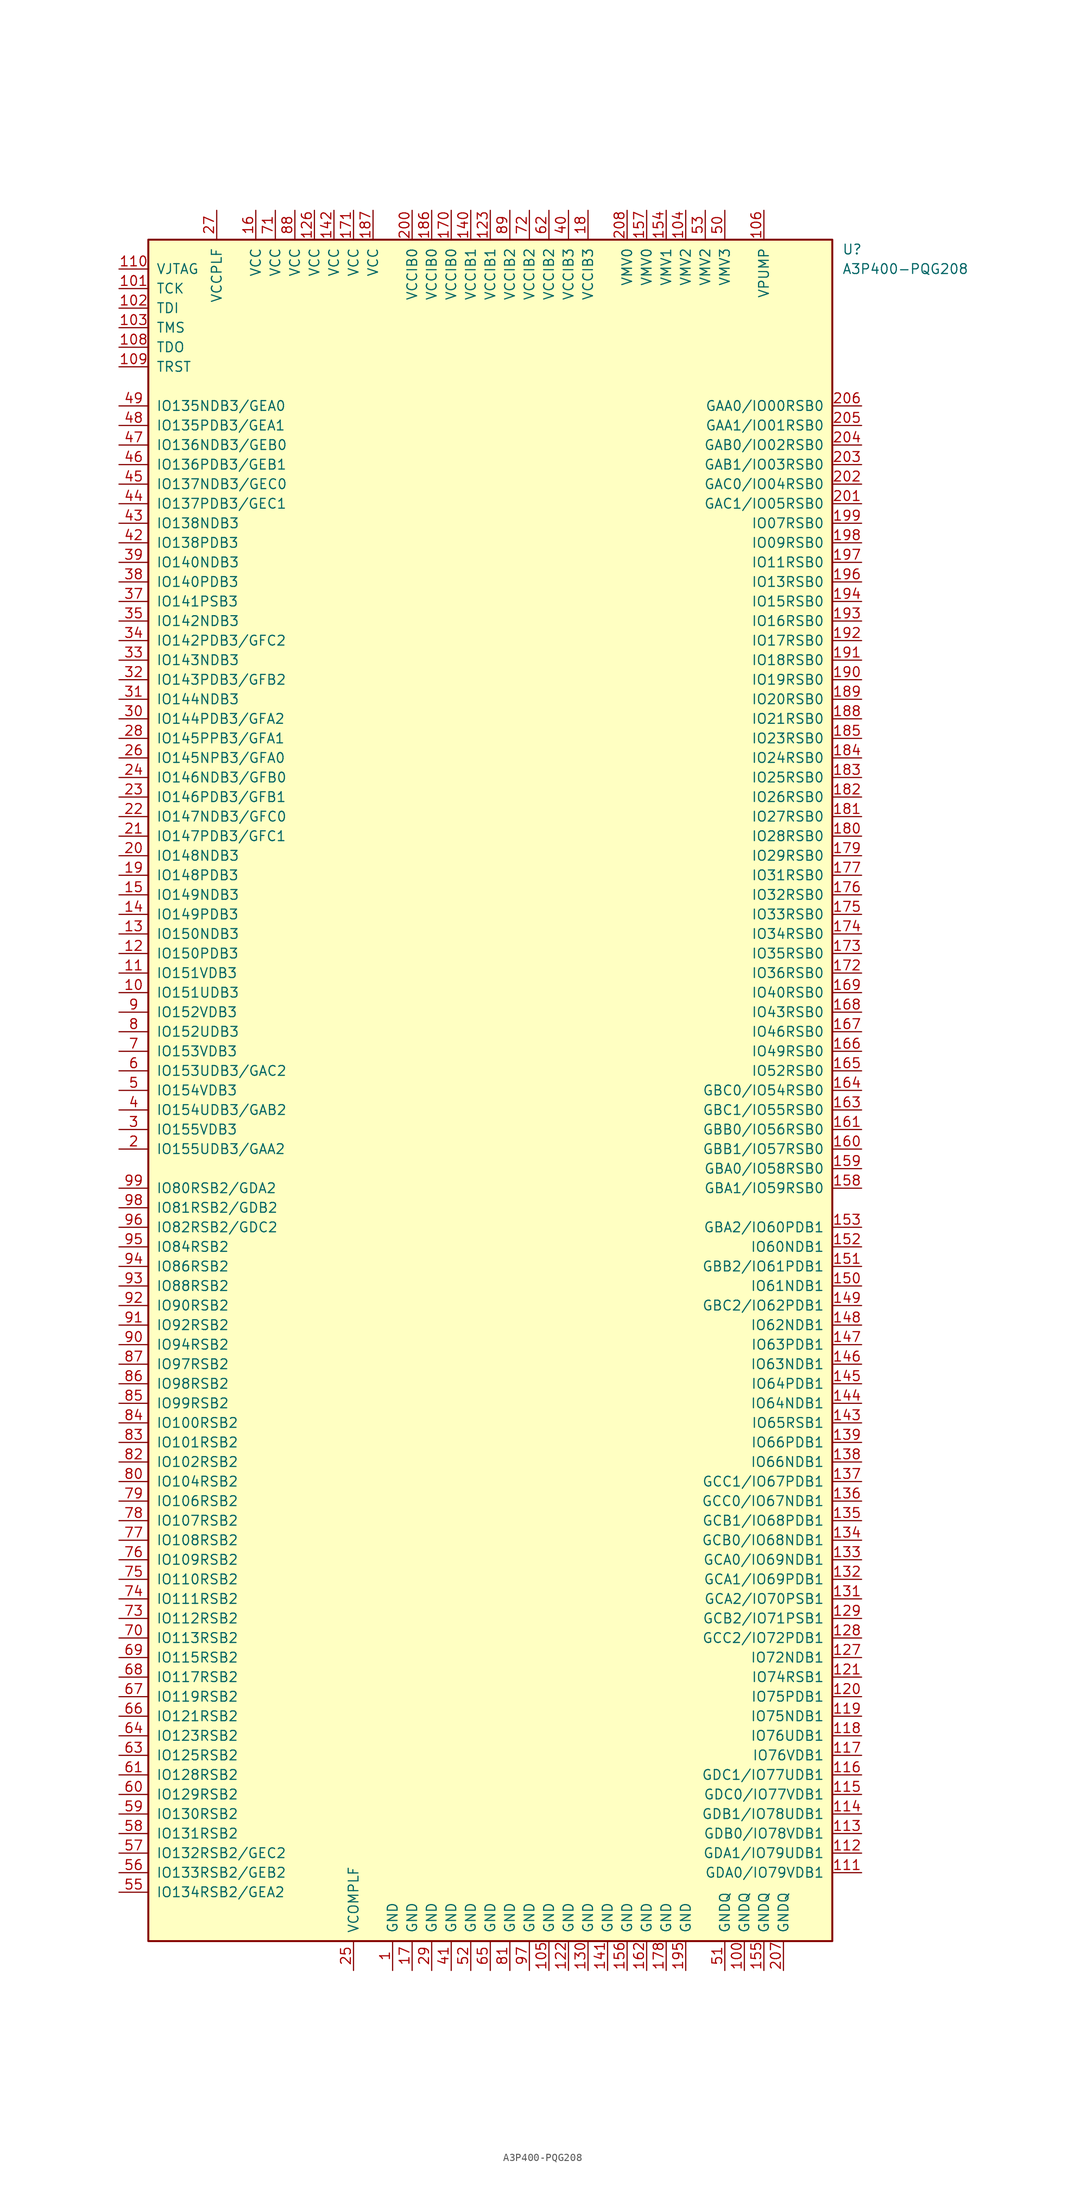
<source format=kicad_sym>
(kicad_symbol_lib
  (version 20211014)
  (generator kicad_symbol_editor)
  (symbol "A3P400-PQG208"
    (pin_names
      (offset 1.016))
    (property "Reference" "U"
      (at 45.72 109.22 0)
      (effects (font (size 1.27 1.27)) (justify left)))
    (property "Value" "A3P400-PQG208"
      (at 45.72 106.68 0)
      (effects (font (size 1.27 1.27)) (justify left)))
    (symbol "A3P400-PQG208_1_0"
      (rectangle (start -44.45 -110.49) (end 44.45 110.49) (stroke (width 0.254) (type default) (color 0 0 0 0)) (fill (type background))))
    (symbol "A3P400-PQG208_1_1"
      (pin power_in line (at -12.7 -114.3 90) (length 3.81) (name "GND" (effects (font (size 1.27 1.27)))) (number "1" (effects (font (size 1.27 1.27)))))
      (pin bidirectional line (at -48.26 12.7 0) (length 3.81) (name "IO151UDB3" (effects (font (size 1.27 1.27)))) (number "10" (effects (font (size 1.27 1.27)))))
      (pin power_in line (at 33.02 -114.3 90) (length 3.81) (name "GNDQ" (effects (font (size 1.27 1.27)))) (number "100" (effects (font (size 1.27 1.27)))))
      (pin bidirectional line (at -48.26 104.14 0) (length 3.81) (name "TCK" (effects (font (size 1.27 1.27)))) (number "101" (effects (font (size 1.27 1.27)))))
      (pin bidirectional line (at -48.26 101.6 0) (length 3.81) (name "TDI" (effects (font (size 1.27 1.27)))) (number "102" (effects (font (size 1.27 1.27)))))
      (pin bidirectional line (at -48.26 99.06 0) (length 3.81) (name "TMS" (effects (font (size 1.27 1.27)))) (number "103" (effects (font (size 1.27 1.27)))))
      (pin power_in line (at 25.4 114.3 270) (length 3.81) (name "VMV2" (effects (font (size 1.27 1.27)))) (number "104" (effects (font (size 1.27 1.27)))))
      (pin power_in line (at 7.62 -114.3 90) (length 3.81) (name "GND" (effects (font (size 1.27 1.27)))) (number "105" (effects (font (size 1.27 1.27)))))
      (pin power_in line (at 35.56 114.3 270) (length 3.81) (name "VPUMP" (effects (font (size 1.27 1.27)))) (number "106" (effects (font (size 1.27 1.27)))))
      (pin bidirectional line (at -48.26 96.52 0) (length 3.81) (name "TDO" (effects (font (size 1.27 1.27)))) (number "108" (effects (font (size 1.27 1.27)))))
      (pin bidirectional line (at -48.26 93.98 0) (length 3.81) (name "TRST" (effects (font (size 1.27 1.27)))) (number "109" (effects (font (size 1.27 1.27)))))
      (pin bidirectional line (at -48.26 15.24 0) (length 3.81) (name "IO151VDB3" (effects (font (size 1.27 1.27)))) (number "11" (effects (font (size 1.27 1.27)))))
      (pin power_in line (at -48.26 106.68 0) (length 3.81) (name "VJTAG" (effects (font (size 1.27 1.27)))) (number "110" (effects (font (size 1.27 1.27)))))
      (pin bidirectional line (at 48.26 -101.6 180) (length 3.81) (name "GDA0/IO79VDB1" (effects (font (size 1.27 1.27)))) (number "111" (effects (font (size 1.27 1.27)))))
      (pin bidirectional line (at 48.26 -99.06 180) (length 3.81) (name "GDA1/IO79UDB1" (effects (font (size 1.27 1.27)))) (number "112" (effects (font (size 1.27 1.27)))))
      (pin bidirectional line (at 48.26 -96.52 180) (length 3.81) (name "GDB0/IO78VDB1" (effects (font (size 1.27 1.27)))) (number "113" (effects (font (size 1.27 1.27)))))
      (pin bidirectional line (at 48.26 -93.98 180) (length 3.81) (name "GDB1/IO78UDB1" (effects (font (size 1.27 1.27)))) (number "114" (effects (font (size 1.27 1.27)))))
      (pin bidirectional line (at 48.26 -91.44 180) (length 3.81) (name "GDC0/IO77VDB1" (effects (font (size 1.27 1.27)))) (number "115" (effects (font (size 1.27 1.27)))))
      (pin bidirectional line (at 48.26 -88.9 180) (length 3.81) (name "GDC1/IO77UDB1" (effects (font (size 1.27 1.27)))) (number "116" (effects (font (size 1.27 1.27)))))
      (pin bidirectional line (at 48.26 -86.36 180) (length 3.81) (name "IO76VDB1" (effects (font (size 1.27 1.27)))) (number "117" (effects (font (size 1.27 1.27)))))
      (pin bidirectional line (at 48.26 -83.82 180) (length 3.81) (name "IO76UDB1" (effects (font (size 1.27 1.27)))) (number "118" (effects (font (size 1.27 1.27)))))
      (pin bidirectional line (at 48.26 -81.28 180) (length 3.81) (name "IO75NDB1" (effects (font (size 1.27 1.27)))) (number "119" (effects (font (size 1.27 1.27)))))
      (pin bidirectional line (at -48.26 17.78 0) (length 3.81) (name "IO150PDB3" (effects (font (size 1.27 1.27)))) (number "12" (effects (font (size 1.27 1.27)))))
      (pin bidirectional line (at 48.26 -78.74 180) (length 3.81) (name "IO75PDB1" (effects (font (size 1.27 1.27)))) (number "120" (effects (font (size 1.27 1.27)))))
      (pin bidirectional line (at 48.26 -76.2 180) (length 3.81) (name "IO74RSB1" (effects (font (size 1.27 1.27)))) (number "121" (effects (font (size 1.27 1.27)))))
      (pin power_in line (at 10.16 -114.3 90) (length 3.81) (name "GND" (effects (font (size 1.27 1.27)))) (number "122" (effects (font (size 1.27 1.27)))))
      (pin power_in line (at 0 114.3 270) (length 3.81) (name "VCCIB1" (effects (font (size 1.27 1.27)))) (number "123" (effects (font (size 1.27 1.27)))))
      (pin power_in line (at -22.86 114.3 270) (length 3.81) (name "VCC" (effects (font (size 1.27 1.27)))) (number "126" (effects (font (size 1.27 1.27)))))
      (pin bidirectional line (at 48.26 -73.66 180) (length 3.81) (name "IO72NDB1" (effects (font (size 1.27 1.27)))) (number "127" (effects (font (size 1.27 1.27)))))
      (pin bidirectional line (at 48.26 -71.12 180) (length 3.81) (name "GCC2/IO72PDB1" (effects (font (size 1.27 1.27)))) (number "128" (effects (font (size 1.27 1.27)))))
      (pin bidirectional line (at 48.26 -68.58 180) (length 3.81) (name "GCB2/IO71PSB1" (effects (font (size 1.27 1.27)))) (number "129" (effects (font (size 1.27 1.27)))))
      (pin bidirectional line (at -48.26 20.32 0) (length 3.81) (name "IO150NDB3" (effects (font (size 1.27 1.27)))) (number "13" (effects (font (size 1.27 1.27)))))
      (pin power_in line (at 12.7 -114.3 90) (length 3.81) (name "GND" (effects (font (size 1.27 1.27)))) (number "130" (effects (font (size 1.27 1.27)))))
      (pin bidirectional line (at 48.26 -66.04 180) (length 3.81) (name "GCA2/IO70PSB1" (effects (font (size 1.27 1.27)))) (number "131" (effects (font (size 1.27 1.27)))))
      (pin bidirectional line (at 48.26 -63.5 180) (length 3.81) (name "GCA1/IO69PDB1" (effects (font (size 1.27 1.27)))) (number "132" (effects (font (size 1.27 1.27)))))
      (pin bidirectional line (at 48.26 -60.96 180) (length 3.81) (name "GCA0/IO69NDB1" (effects (font (size 1.27 1.27)))) (number "133" (effects (font (size 1.27 1.27)))))
      (pin bidirectional line (at 48.26 -58.42 180) (length 3.81) (name "GCB0/IO68NDB1" (effects (font (size 1.27 1.27)))) (number "134" (effects (font (size 1.27 1.27)))))
      (pin bidirectional line (at 48.26 -55.88 180) (length 3.81) (name "GCB1/IO68PDB1" (effects (font (size 1.27 1.27)))) (number "135" (effects (font (size 1.27 1.27)))))
      (pin bidirectional line (at 48.26 -53.34 180) (length 3.81) (name "GCC0/IO67NDB1" (effects (font (size 1.27 1.27)))) (number "136" (effects (font (size 1.27 1.27)))))
      (pin bidirectional line (at 48.26 -50.8 180) (length 3.81) (name "GCC1/IO67PDB1" (effects (font (size 1.27 1.27)))) (number "137" (effects (font (size 1.27 1.27)))))
      (pin bidirectional line (at 48.26 -48.26 180) (length 3.81) (name "IO66NDB1" (effects (font (size 1.27 1.27)))) (number "138" (effects (font (size 1.27 1.27)))))
      (pin bidirectional line (at 48.26 -45.72 180) (length 3.81) (name "IO66PDB1" (effects (font (size 1.27 1.27)))) (number "139" (effects (font (size 1.27 1.27)))))
      (pin bidirectional line (at -48.26 22.86 0) (length 3.81) (name "IO149PDB3" (effects (font (size 1.27 1.27)))) (number "14" (effects (font (size 1.27 1.27)))))
      (pin power_in line (at -2.54 114.3 270) (length 3.81) (name "VCCIB1" (effects (font (size 1.27 1.27)))) (number "140" (effects (font (size 1.27 1.27)))))
      (pin power_in line (at 15.24 -114.3 90) (length 3.81) (name "GND" (effects (font (size 1.27 1.27)))) (number "141" (effects (font (size 1.27 1.27)))))
      (pin power_in line (at -20.32 114.3 270) (length 3.81) (name "VCC" (effects (font (size 1.27 1.27)))) (number "142" (effects (font (size 1.27 1.27)))))
      (pin bidirectional line (at 48.26 -43.18 180) (length 3.81) (name "IO65RSB1" (effects (font (size 1.27 1.27)))) (number "143" (effects (font (size 1.27 1.27)))))
      (pin bidirectional line (at 48.26 -40.64 180) (length 3.81) (name "IO64NDB1" (effects (font (size 1.27 1.27)))) (number "144" (effects (font (size 1.27 1.27)))))
      (pin bidirectional line (at 48.26 -38.1 180) (length 3.81) (name "IO64PDB1" (effects (font (size 1.27 1.27)))) (number "145" (effects (font (size 1.27 1.27)))))
      (pin bidirectional line (at 48.26 -35.56 180) (length 3.81) (name "IO63NDB1" (effects (font (size 1.27 1.27)))) (number "146" (effects (font (size 1.27 1.27)))))
      (pin bidirectional line (at 48.26 -33.02 180) (length 3.81) (name "IO63PDB1" (effects (font (size 1.27 1.27)))) (number "147" (effects (font (size 1.27 1.27)))))
      (pin bidirectional line (at 48.26 -30.48 180) (length 3.81) (name "IO62NDB1" (effects (font (size 1.27 1.27)))) (number "148" (effects (font (size 1.27 1.27)))))
      (pin bidirectional line (at 48.26 -27.94 180) (length 3.81) (name "GBC2/IO62PDB1" (effects (font (size 1.27 1.27)))) (number "149" (effects (font (size 1.27 1.27)))))
      (pin bidirectional line (at -48.26 25.4 0) (length 3.81) (name "IO149NDB3" (effects (font (size 1.27 1.27)))) (number "15" (effects (font (size 1.27 1.27)))))
      (pin bidirectional line (at 48.26 -25.4 180) (length 3.81) (name "IO61NDB1" (effects (font (size 1.27 1.27)))) (number "150" (effects (font (size 1.27 1.27)))))
      (pin bidirectional line (at 48.26 -22.86 180) (length 3.81) (name "GBB2/IO61PDB1" (effects (font (size 1.27 1.27)))) (number "151" (effects (font (size 1.27 1.27)))))
      (pin bidirectional line (at 48.26 -20.32 180) (length 3.81) (name "IO60NDB1" (effects (font (size 1.27 1.27)))) (number "152" (effects (font (size 1.27 1.27)))))
      (pin bidirectional line (at 48.26 -17.78 180) (length 3.81) (name "GBA2/IO60PDB1" (effects (font (size 1.27 1.27)))) (number "153" (effects (font (size 1.27 1.27)))))
      (pin power_in line (at 22.86 114.3 270) (length 3.81) (name "VMV1" (effects (font (size 1.27 1.27)))) (number "154" (effects (font (size 1.27 1.27)))))
      (pin power_in line (at 35.56 -114.3 90) (length 3.81) (name "GNDQ" (effects (font (size 1.27 1.27)))) (number "155" (effects (font (size 1.27 1.27)))))
      (pin power_in line (at 17.78 -114.3 90) (length 3.81) (name "GND" (effects (font (size 1.27 1.27)))) (number "156" (effects (font (size 1.27 1.27)))))
      (pin power_in line (at 20.32 114.3 270) (length 3.81) (name "VMV0" (effects (font (size 1.27 1.27)))) (number "157" (effects (font (size 1.27 1.27)))))
      (pin bidirectional line (at 48.26 -12.7 180) (length 3.81) (name "GBA1/IO59RSB0" (effects (font (size 1.27 1.27)))) (number "158" (effects (font (size 1.27 1.27)))))
      (pin bidirectional line (at 48.26 -10.16 180) (length 3.81) (name "GBA0/IO58RSB0" (effects (font (size 1.27 1.27)))) (number "159" (effects (font (size 1.27 1.27)))))
      (pin power_in line (at -30.48 114.3 270) (length 3.81) (name "VCC" (effects (font (size 1.27 1.27)))) (number "16" (effects (font (size 1.27 1.27)))))
      (pin bidirectional line (at 48.26 -7.62 180) (length 3.81) (name "GBB1/IO57RSB0" (effects (font (size 1.27 1.27)))) (number "160" (effects (font (size 1.27 1.27)))))
      (pin bidirectional line (at 48.26 -5.08 180) (length 3.81) (name "GBB0/IO56RSB0" (effects (font (size 1.27 1.27)))) (number "161" (effects (font (size 1.27 1.27)))))
      (pin power_in line (at 20.32 -114.3 90) (length 3.81) (name "GND" (effects (font (size 1.27 1.27)))) (number "162" (effects (font (size 1.27 1.27)))))
      (pin bidirectional line (at 48.26 -2.54 180) (length 3.81) (name "GBC1/IO55RSB0" (effects (font (size 1.27 1.27)))) (number "163" (effects (font (size 1.27 1.27)))))
      (pin bidirectional line (at 48.26 0 180) (length 3.81) (name "GBC0/IO54RSB0" (effects (font (size 1.27 1.27)))) (number "164" (effects (font (size 1.27 1.27)))))
      (pin bidirectional line (at 48.26 2.54 180) (length 3.81) (name "IO52RSB0" (effects (font (size 1.27 1.27)))) (number "165" (effects (font (size 1.27 1.27)))))
      (pin bidirectional line (at 48.26 5.08 180) (length 3.81) (name "IO49RSB0" (effects (font (size 1.27 1.27)))) (number "166" (effects (font (size 1.27 1.27)))))
      (pin bidirectional line (at 48.26 7.62 180) (length 3.81) (name "IO46RSB0" (effects (font (size 1.27 1.27)))) (number "167" (effects (font (size 1.27 1.27)))))
      (pin bidirectional line (at 48.26 10.16 180) (length 3.81) (name "IO43RSB0" (effects (font (size 1.27 1.27)))) (number "168" (effects (font (size 1.27 1.27)))))
      (pin bidirectional line (at 48.26 12.7 180) (length 3.81) (name "IO40RSB0" (effects (font (size 1.27 1.27)))) (number "169" (effects (font (size 1.27 1.27)))))
      (pin power_in line (at -10.16 -114.3 90) (length 3.81) (name "GND" (effects (font (size 1.27 1.27)))) (number "17" (effects (font (size 1.27 1.27)))))
      (pin power_in line (at -5.08 114.3 270) (length 3.81) (name "VCCIB0" (effects (font (size 1.27 1.27)))) (number "170" (effects (font (size 1.27 1.27)))))
      (pin power_in line (at -17.78 114.3 270) (length 3.81) (name "VCC" (effects (font (size 1.27 1.27)))) (number "171" (effects (font (size 1.27 1.27)))))
      (pin bidirectional line (at 48.26 15.24 180) (length 3.81) (name "IO36RSB0" (effects (font (size 1.27 1.27)))) (number "172" (effects (font (size 1.27 1.27)))))
      (pin bidirectional line (at 48.26 17.78 180) (length 3.81) (name "IO35RSB0" (effects (font (size 1.27 1.27)))) (number "173" (effects (font (size 1.27 1.27)))))
      (pin bidirectional line (at 48.26 20.32 180) (length 3.81) (name "IO34RSB0" (effects (font (size 1.27 1.27)))) (number "174" (effects (font (size 1.27 1.27)))))
      (pin bidirectional line (at 48.26 22.86 180) (length 3.81) (name "IO33RSB0" (effects (font (size 1.27 1.27)))) (number "175" (effects (font (size 1.27 1.27)))))
      (pin bidirectional line (at 48.26 25.4 180) (length 3.81) (name "IO32RSB0" (effects (font (size 1.27 1.27)))) (number "176" (effects (font (size 1.27 1.27)))))
      (pin bidirectional line (at 48.26 27.94 180) (length 3.81) (name "IO31RSB0" (effects (font (size 1.27 1.27)))) (number "177" (effects (font (size 1.27 1.27)))))
      (pin power_in line (at 22.86 -114.3 90) (length 3.81) (name "GND" (effects (font (size 1.27 1.27)))) (number "178" (effects (font (size 1.27 1.27)))))
      (pin bidirectional line (at 48.26 30.48 180) (length 3.81) (name "IO29RSB0" (effects (font (size 1.27 1.27)))) (number "179" (effects (font (size 1.27 1.27)))))
      (pin power_in line (at 12.7 114.3 270) (length 3.81) (name "VCCIB3" (effects (font (size 1.27 1.27)))) (number "18" (effects (font (size 1.27 1.27)))))
      (pin bidirectional line (at 48.26 33.02 180) (length 3.81) (name "IO28RSB0" (effects (font (size 1.27 1.27)))) (number "180" (effects (font (size 1.27 1.27)))))
      (pin bidirectional line (at 48.26 35.56 180) (length 3.81) (name "IO27RSB0" (effects (font (size 1.27 1.27)))) (number "181" (effects (font (size 1.27 1.27)))))
      (pin bidirectional line (at 48.26 38.1 180) (length 3.81) (name "IO26RSB0" (effects (font (size 1.27 1.27)))) (number "182" (effects (font (size 1.27 1.27)))))
      (pin bidirectional line (at 48.26 40.64 180) (length 3.81) (name "IO25RSB0" (effects (font (size 1.27 1.27)))) (number "183" (effects (font (size 1.27 1.27)))))
      (pin bidirectional line (at 48.26 43.18 180) (length 3.81) (name "IO24RSB0" (effects (font (size 1.27 1.27)))) (number "184" (effects (font (size 1.27 1.27)))))
      (pin bidirectional line (at 48.26 45.72 180) (length 3.81) (name "IO23RSB0" (effects (font (size 1.27 1.27)))) (number "185" (effects (font (size 1.27 1.27)))))
      (pin power_in line (at -7.62 114.3 270) (length 3.81) (name "VCCIB0" (effects (font (size 1.27 1.27)))) (number "186" (effects (font (size 1.27 1.27)))))
      (pin power_in line (at -15.24 114.3 270) (length 3.81) (name "VCC" (effects (font (size 1.27 1.27)))) (number "187" (effects (font (size 1.27 1.27)))))
      (pin bidirectional line (at 48.26 48.26 180) (length 3.81) (name "IO21RSB0" (effects (font (size 1.27 1.27)))) (number "188" (effects (font (size 1.27 1.27)))))
      (pin bidirectional line (at 48.26 50.8 180) (length 3.81) (name "IO20RSB0" (effects (font (size 1.27 1.27)))) (number "189" (effects (font (size 1.27 1.27)))))
      (pin bidirectional line (at -48.26 27.94 0) (length 3.81) (name "IO148PDB3" (effects (font (size 1.27 1.27)))) (number "19" (effects (font (size 1.27 1.27)))))
      (pin bidirectional line (at 48.26 53.34 180) (length 3.81) (name "IO19RSB0" (effects (font (size 1.27 1.27)))) (number "190" (effects (font (size 1.27 1.27)))))
      (pin bidirectional line (at 48.26 55.88 180) (length 3.81) (name "IO18RSB0" (effects (font (size 1.27 1.27)))) (number "191" (effects (font (size 1.27 1.27)))))
      (pin bidirectional line (at 48.26 58.42 180) (length 3.81) (name "IO17RSB0" (effects (font (size 1.27 1.27)))) (number "192" (effects (font (size 1.27 1.27)))))
      (pin bidirectional line (at 48.26 60.96 180) (length 3.81) (name "IO16RSB0" (effects (font (size 1.27 1.27)))) (number "193" (effects (font (size 1.27 1.27)))))
      (pin bidirectional line (at 48.26 63.5 180) (length 3.81) (name "IO15RSB0" (effects (font (size 1.27 1.27)))) (number "194" (effects (font (size 1.27 1.27)))))
      (pin power_in line (at 25.4 -114.3 90) (length 3.81) (name "GND" (effects (font (size 1.27 1.27)))) (number "195" (effects (font (size 1.27 1.27)))))
      (pin bidirectional line (at 48.26 66.04 180) (length 3.81) (name "IO13RSB0" (effects (font (size 1.27 1.27)))) (number "196" (effects (font (size 1.27 1.27)))))
      (pin bidirectional line (at 48.26 68.58 180) (length 3.81) (name "IO11RSB0" (effects (font (size 1.27 1.27)))) (number "197" (effects (font (size 1.27 1.27)))))
      (pin bidirectional line (at 48.26 71.12 180) (length 3.81) (name "IO09RSB0" (effects (font (size 1.27 1.27)))) (number "198" (effects (font (size 1.27 1.27)))))
      (pin bidirectional line (at 48.26 73.66 180) (length 3.81) (name "IO07RSB0" (effects (font (size 1.27 1.27)))) (number "199" (effects (font (size 1.27 1.27)))))
      (pin bidirectional line (at -48.26 -7.62 0) (length 3.81) (name "IO155UDB3/GAA2" (effects (font (size 1.27 1.27)))) (number "2" (effects (font (size 1.27 1.27)))))
      (pin bidirectional line (at -48.26 30.48 0) (length 3.81) (name "IO148NDB3" (effects (font (size 1.27 1.27)))) (number "20" (effects (font (size 1.27 1.27)))))
      (pin power_in line (at -10.16 114.3 270) (length 3.81) (name "VCCIB0" (effects (font (size 1.27 1.27)))) (number "200" (effects (font (size 1.27 1.27)))))
      (pin bidirectional line (at 48.26 76.2 180) (length 3.81) (name "GAC1/IO05RSB0" (effects (font (size 1.27 1.27)))) (number "201" (effects (font (size 1.27 1.27)))))
      (pin bidirectional line (at 48.26 78.74 180) (length 3.81) (name "GAC0/IO04RSB0" (effects (font (size 1.27 1.27)))) (number "202" (effects (font (size 1.27 1.27)))))
      (pin bidirectional line (at 48.26 81.28 180) (length 3.81) (name "GAB1/IO03RSB0" (effects (font (size 1.27 1.27)))) (number "203" (effects (font (size 1.27 1.27)))))
      (pin bidirectional line (at 48.26 83.82 180) (length 3.81) (name "GAB0/IO02RSB0" (effects (font (size 1.27 1.27)))) (number "204" (effects (font (size 1.27 1.27)))))
      (pin bidirectional line (at 48.26 86.36 180) (length 3.81) (name "GAA1/IO01RSB0" (effects (font (size 1.27 1.27)))) (number "205" (effects (font (size 1.27 1.27)))))
      (pin bidirectional line (at 48.26 88.9 180) (length 3.81) (name "GAA0/IO00RSB0" (effects (font (size 1.27 1.27)))) (number "206" (effects (font (size 1.27 1.27)))))
      (pin power_in line (at 38.1 -114.3 90) (length 3.81) (name "GNDQ" (effects (font (size 1.27 1.27)))) (number "207" (effects (font (size 1.27 1.27)))))
      (pin power_in line (at 17.78 114.3 270) (length 3.81) (name "VMV0" (effects (font (size 1.27 1.27)))) (number "208" (effects (font (size 1.27 1.27)))))
      (pin bidirectional line (at -48.26 33.02 0) (length 3.81) (name "IO147PDB3/GFC1" (effects (font (size 1.27 1.27)))) (number "21" (effects (font (size 1.27 1.27)))))
      (pin bidirectional line (at -48.26 35.56 0) (length 3.81) (name "IO147NDB3/GFC0" (effects (font (size 1.27 1.27)))) (number "22" (effects (font (size 1.27 1.27)))))
      (pin bidirectional line (at -48.26 38.1 0) (length 3.81) (name "IO146PDB3/GFB1" (effects (font (size 1.27 1.27)))) (number "23" (effects (font (size 1.27 1.27)))))
      (pin bidirectional line (at -48.26 40.64 0) (length 3.81) (name "IO146NDB3/GFB0" (effects (font (size 1.27 1.27)))) (number "24" (effects (font (size 1.27 1.27)))))
      (pin power_in line (at -17.78 -114.3 90) (length 3.81) (name "VCOMPLF" (effects (font (size 1.27 1.27)))) (number "25" (effects (font (size 1.27 1.27)))))
      (pin bidirectional line (at -48.26 43.18 0) (length 3.81) (name "IO145NPB3/GFA0" (effects (font (size 1.27 1.27)))) (number "26" (effects (font (size 1.27 1.27)))))
      (pin power_in line (at -35.56 114.3 270) (length 3.81) (name "VCCPLF" (effects (font (size 1.27 1.27)))) (number "27" (effects (font (size 1.27 1.27)))))
      (pin bidirectional line (at -48.26 45.72 0) (length 3.81) (name "IO145PPB3/GFA1" (effects (font (size 1.27 1.27)))) (number "28" (effects (font (size 1.27 1.27)))))
      (pin power_in line (at -7.62 -114.3 90) (length 3.81) (name "GND" (effects (font (size 1.27 1.27)))) (number "29" (effects (font (size 1.27 1.27)))))
      (pin bidirectional line (at -48.26 -5.08 0) (length 3.81) (name "IO155VDB3" (effects (font (size 1.27 1.27)))) (number "3" (effects (font (size 1.27 1.27)))))
      (pin bidirectional line (at -48.26 48.26 0) (length 3.81) (name "IO144PDB3/GFA2" (effects (font (size 1.27 1.27)))) (number "30" (effects (font (size 1.27 1.27)))))
      (pin bidirectional line (at -48.26 50.8 0) (length 3.81) (name "IO144NDB3" (effects (font (size 1.27 1.27)))) (number "31" (effects (font (size 1.27 1.27)))))
      (pin bidirectional line (at -48.26 53.34 0) (length 3.81) (name "IO143PDB3/GFB2" (effects (font (size 1.27 1.27)))) (number "32" (effects (font (size 1.27 1.27)))))
      (pin bidirectional line (at -48.26 55.88 0) (length 3.81) (name "IO143NDB3" (effects (font (size 1.27 1.27)))) (number "33" (effects (font (size 1.27 1.27)))))
      (pin bidirectional line (at -48.26 58.42 0) (length 3.81) (name "IO142PDB3/GFC2" (effects (font (size 1.27 1.27)))) (number "34" (effects (font (size 1.27 1.27)))))
      (pin bidirectional line (at -48.26 60.96 0) (length 3.81) (name "IO142NDB3" (effects (font (size 1.27 1.27)))) (number "35" (effects (font (size 1.27 1.27)))))
      (pin bidirectional line (at -48.26 63.5 0) (length 3.81) (name "IO141PSB3" (effects (font (size 1.27 1.27)))) (number "37" (effects (font (size 1.27 1.27)))))
      (pin bidirectional line (at -48.26 66.04 0) (length 3.81) (name "IO140PDB3" (effects (font (size 1.27 1.27)))) (number "38" (effects (font (size 1.27 1.27)))))
      (pin bidirectional line (at -48.26 68.58 0) (length 3.81) (name "IO140NDB3" (effects (font (size 1.27 1.27)))) (number "39" (effects (font (size 1.27 1.27)))))
      (pin bidirectional line (at -48.26 -2.54 0) (length 3.81) (name "IO154UDB3/GAB2" (effects (font (size 1.27 1.27)))) (number "4" (effects (font (size 1.27 1.27)))))
      (pin power_in line (at 10.16 114.3 270) (length 3.81) (name "VCCIB3" (effects (font (size 1.27 1.27)))) (number "40" (effects (font (size 1.27 1.27)))))
      (pin power_in line (at -5.08 -114.3 90) (length 3.81) (name "GND" (effects (font (size 1.27 1.27)))) (number "41" (effects (font (size 1.27 1.27)))))
      (pin bidirectional line (at -48.26 71.12 0) (length 3.81) (name "IO138PDB3" (effects (font (size 1.27 1.27)))) (number "42" (effects (font (size 1.27 1.27)))))
      (pin bidirectional line (at -48.26 73.66 0) (length 3.81) (name "IO138NDB3" (effects (font (size 1.27 1.27)))) (number "43" (effects (font (size 1.27 1.27)))))
      (pin bidirectional line (at -48.26 76.2 0) (length 3.81) (name "IO137PDB3/GEC1" (effects (font (size 1.27 1.27)))) (number "44" (effects (font (size 1.27 1.27)))))
      (pin bidirectional line (at -48.26 78.74 0) (length 3.81) (name "IO137NDB3/GEC0" (effects (font (size 1.27 1.27)))) (number "45" (effects (font (size 1.27 1.27)))))
      (pin bidirectional line (at -48.26 81.28 0) (length 3.81) (name "IO136PDB3/GEB1" (effects (font (size 1.27 1.27)))) (number "46" (effects (font (size 1.27 1.27)))))
      (pin bidirectional line (at -48.26 83.82 0) (length 3.81) (name "IO136NDB3/GEB0" (effects (font (size 1.27 1.27)))) (number "47" (effects (font (size 1.27 1.27)))))
      (pin bidirectional line (at -48.26 86.36 0) (length 3.81) (name "IO135PDB3/GEA1" (effects (font (size 1.27 1.27)))) (number "48" (effects (font (size 1.27 1.27)))))
      (pin bidirectional line (at -48.26 88.9 0) (length 3.81) (name "IO135NDB3/GEA0" (effects (font (size 1.27 1.27)))) (number "49" (effects (font (size 1.27 1.27)))))
      (pin bidirectional line (at -48.26 0 0) (length 3.81) (name "IO154VDB3" (effects (font (size 1.27 1.27)))) (number "5" (effects (font (size 1.27 1.27)))))
      (pin power_in line (at 30.48 114.3 270) (length 3.81) (name "VMV3" (effects (font (size 1.27 1.27)))) (number "50" (effects (font (size 1.27 1.27)))))
      (pin power_in line (at 30.48 -114.3 90) (length 3.81) (name "GNDQ" (effects (font (size 1.27 1.27)))) (number "51" (effects (font (size 1.27 1.27)))))
      (pin power_in line (at -2.54 -114.3 90) (length 3.81) (name "GND" (effects (font (size 1.27 1.27)))) (number "52" (effects (font (size 1.27 1.27)))))
      (pin power_in line (at 27.94 114.3 270) (length 3.81) (name "VMV2" (effects (font (size 1.27 1.27)))) (number "53" (effects (font (size 1.27 1.27)))))
      (pin bidirectional line (at -48.26 -104.14 0) (length 3.81) (name "IO134RSB2/GEA2" (effects (font (size 1.27 1.27)))) (number "55" (effects (font (size 1.27 1.27)))))
      (pin bidirectional line (at -48.26 -101.6 0) (length 3.81) (name "IO133RSB2/GEB2" (effects (font (size 1.27 1.27)))) (number "56" (effects (font (size 1.27 1.27)))))
      (pin bidirectional line (at -48.26 -99.06 0) (length 3.81) (name "IO132RSB2/GEC2" (effects (font (size 1.27 1.27)))) (number "57" (effects (font (size 1.27 1.27)))))
      (pin bidirectional line (at -48.26 -96.52 0) (length 3.81) (name "IO131RSB2" (effects (font (size 1.27 1.27)))) (number "58" (effects (font (size 1.27 1.27)))))
      (pin bidirectional line (at -48.26 -93.98 0) (length 3.81) (name "IO130RSB2" (effects (font (size 1.27 1.27)))) (number "59" (effects (font (size 1.27 1.27)))))
      (pin bidirectional line (at -48.26 2.54 0) (length 3.81) (name "IO153UDB3/GAC2" (effects (font (size 1.27 1.27)))) (number "6" (effects (font (size 1.27 1.27)))))
      (pin bidirectional line (at -48.26 -91.44 0) (length 3.81) (name "IO129RSB2" (effects (font (size 1.27 1.27)))) (number "60" (effects (font (size 1.27 1.27)))))
      (pin bidirectional line (at -48.26 -88.9 0) (length 3.81) (name "IO128RSB2" (effects (font (size 1.27 1.27)))) (number "61" (effects (font (size 1.27 1.27)))))
      (pin power_in line (at 7.62 114.3 270) (length 3.81) (name "VCCIB2" (effects (font (size 1.27 1.27)))) (number "62" (effects (font (size 1.27 1.27)))))
      (pin bidirectional line (at -48.26 -86.36 0) (length 3.81) (name "IO125RSB2" (effects (font (size 1.27 1.27)))) (number "63" (effects (font (size 1.27 1.27)))))
      (pin bidirectional line (at -48.26 -83.82 0) (length 3.81) (name "IO123RSB2" (effects (font (size 1.27 1.27)))) (number "64" (effects (font (size 1.27 1.27)))))
      (pin power_in line (at 0 -114.3 90) (length 3.81) (name "GND" (effects (font (size 1.27 1.27)))) (number "65" (effects (font (size 1.27 1.27)))))
      (pin bidirectional line (at -48.26 -81.28 0) (length 3.81) (name "IO121RSB2" (effects (font (size 1.27 1.27)))) (number "66" (effects (font (size 1.27 1.27)))))
      (pin bidirectional line (at -48.26 -78.74 0) (length 3.81) (name "IO119RSB2" (effects (font (size 1.27 1.27)))) (number "67" (effects (font (size 1.27 1.27)))))
      (pin bidirectional line (at -48.26 -76.2 0) (length 3.81) (name "IO117RSB2" (effects (font (size 1.27 1.27)))) (number "68" (effects (font (size 1.27 1.27)))))
      (pin bidirectional line (at -48.26 -73.66 0) (length 3.81) (name "IO115RSB2" (effects (font (size 1.27 1.27)))) (number "69" (effects (font (size 1.27 1.27)))))
      (pin bidirectional line (at -48.26 5.08 0) (length 3.81) (name "IO153VDB3" (effects (font (size 1.27 1.27)))) (number "7" (effects (font (size 1.27 1.27)))))
      (pin bidirectional line (at -48.26 -71.12 0) (length 3.81) (name "IO113RSB2" (effects (font (size 1.27 1.27)))) (number "70" (effects (font (size 1.27 1.27)))))
      (pin power_in line (at -27.94 114.3 270) (length 3.81) (name "VCC" (effects (font (size 1.27 1.27)))) (number "71" (effects (font (size 1.27 1.27)))))
      (pin power_in line (at 5.08 114.3 270) (length 3.81) (name "VCCIB2" (effects (font (size 1.27 1.27)))) (number "72" (effects (font (size 1.27 1.27)))))
      (pin bidirectional line (at -48.26 -68.58 0) (length 3.81) (name "IO112RSB2" (effects (font (size 1.27 1.27)))) (number "73" (effects (font (size 1.27 1.27)))))
      (pin bidirectional line (at -48.26 -66.04 0) (length 3.81) (name "IO111RSB2" (effects (font (size 1.27 1.27)))) (number "74" (effects (font (size 1.27 1.27)))))
      (pin bidirectional line (at -48.26 -63.5 0) (length 3.81) (name "IO110RSB2" (effects (font (size 1.27 1.27)))) (number "75" (effects (font (size 1.27 1.27)))))
      (pin bidirectional line (at -48.26 -60.96 0) (length 3.81) (name "IO109RSB2" (effects (font (size 1.27 1.27)))) (number "76" (effects (font (size 1.27 1.27)))))
      (pin bidirectional line (at -48.26 -58.42 0) (length 3.81) (name "IO108RSB2" (effects (font (size 1.27 1.27)))) (number "77" (effects (font (size 1.27 1.27)))))
      (pin bidirectional line (at -48.26 -55.88 0) (length 3.81) (name "IO107RSB2" (effects (font (size 1.27 1.27)))) (number "78" (effects (font (size 1.27 1.27)))))
      (pin bidirectional line (at -48.26 -53.34 0) (length 3.81) (name "IO106RSB2" (effects (font (size 1.27 1.27)))) (number "79" (effects (font (size 1.27 1.27)))))
      (pin bidirectional line (at -48.26 7.62 0) (length 3.81) (name "IO152UDB3" (effects (font (size 1.27 1.27)))) (number "8" (effects (font (size 1.27 1.27)))))
      (pin bidirectional line (at -48.26 -50.8 0) (length 3.81) (name "IO104RSB2" (effects (font (size 1.27 1.27)))) (number "80" (effects (font (size 1.27 1.27)))))
      (pin power_in line (at 2.54 -114.3 90) (length 3.81) (name "GND" (effects (font (size 1.27 1.27)))) (number "81" (effects (font (size 1.27 1.27)))))
      (pin bidirectional line (at -48.26 -48.26 0) (length 3.81) (name "IO102RSB2" (effects (font (size 1.27 1.27)))) (number "82" (effects (font (size 1.27 1.27)))))
      (pin bidirectional line (at -48.26 -45.72 0) (length 3.81) (name "IO101RSB2" (effects (font (size 1.27 1.27)))) (number "83" (effects (font (size 1.27 1.27)))))
      (pin bidirectional line (at -48.26 -43.18 0) (length 3.81) (name "IO100RSB2" (effects (font (size 1.27 1.27)))) (number "84" (effects (font (size 1.27 1.27)))))
      (pin bidirectional line (at -48.26 -40.64 0) (length 3.81) (name "IO99RSB2" (effects (font (size 1.27 1.27)))) (number "85" (effects (font (size 1.27 1.27)))))
      (pin bidirectional line (at -48.26 -38.1 0) (length 3.81) (name "IO98RSB2" (effects (font (size 1.27 1.27)))) (number "86" (effects (font (size 1.27 1.27)))))
      (pin bidirectional line (at -48.26 -35.56 0) (length 3.81) (name "IO97RSB2" (effects (font (size 1.27 1.27)))) (number "87" (effects (font (size 1.27 1.27)))))
      (pin power_in line (at -25.4 114.3 270) (length 3.81) (name "VCC" (effects (font (size 1.27 1.27)))) (number "88" (effects (font (size 1.27 1.27)))))
      (pin power_in line (at 2.54 114.3 270) (length 3.81) (name "VCCIB2" (effects (font (size 1.27 1.27)))) (number "89" (effects (font (size 1.27 1.27)))))
      (pin bidirectional line (at -48.26 10.16 0) (length 3.81) (name "IO152VDB3" (effects (font (size 1.27 1.27)))) (number "9" (effects (font (size 1.27 1.27)))))
      (pin bidirectional line (at -48.26 -33.02 0) (length 3.81) (name "IO94RSB2" (effects (font (size 1.27 1.27)))) (number "90" (effects (font (size 1.27 1.27)))))
      (pin bidirectional line (at -48.26 -30.48 0) (length 3.81) (name "IO92RSB2" (effects (font (size 1.27 1.27)))) (number "91" (effects (font (size 1.27 1.27)))))
      (pin bidirectional line (at -48.26 -27.94 0) (length 3.81) (name "IO90RSB2" (effects (font (size 1.27 1.27)))) (number "92" (effects (font (size 1.27 1.27)))))
      (pin bidirectional line (at -48.26 -25.4 0) (length 3.81) (name "IO88RSB2" (effects (font (size 1.27 1.27)))) (number "93" (effects (font (size 1.27 1.27)))))
      (pin bidirectional line (at -48.26 -22.86 0) (length 3.81) (name "IO86RSB2" (effects (font (size 1.27 1.27)))) (number "94" (effects (font (size 1.27 1.27)))))
      (pin bidirectional line (at -48.26 -20.32 0) (length 3.81) (name "IO84RSB2" (effects (font (size 1.27 1.27)))) (number "95" (effects (font (size 1.27 1.27)))))
      (pin bidirectional line (at -48.26 -17.78 0) (length 3.81) (name "IO82RSB2/GDC2" (effects (font (size 1.27 1.27)))) (number "96" (effects (font (size 1.27 1.27)))))
      (pin power_in line (at 5.08 -114.3 90) (length 3.81) (name "GND" (effects (font (size 1.27 1.27)))) (number "97" (effects (font (size 1.27 1.27)))))
      (pin bidirectional line (at -48.26 -15.24 0) (length 3.81) (name "IO81RSB2/GDB2" (effects (font (size 1.27 1.27)))) (number "98" (effects (font (size 1.27 1.27)))))
      (pin bidirectional line (at -48.26 -12.7 0) (length 3.81) (name "IO80RSB2/GDA2" (effects (font (size 1.27 1.27)))) (number "99" (effects (font (size 1.27 1.27))))))))
</source>
